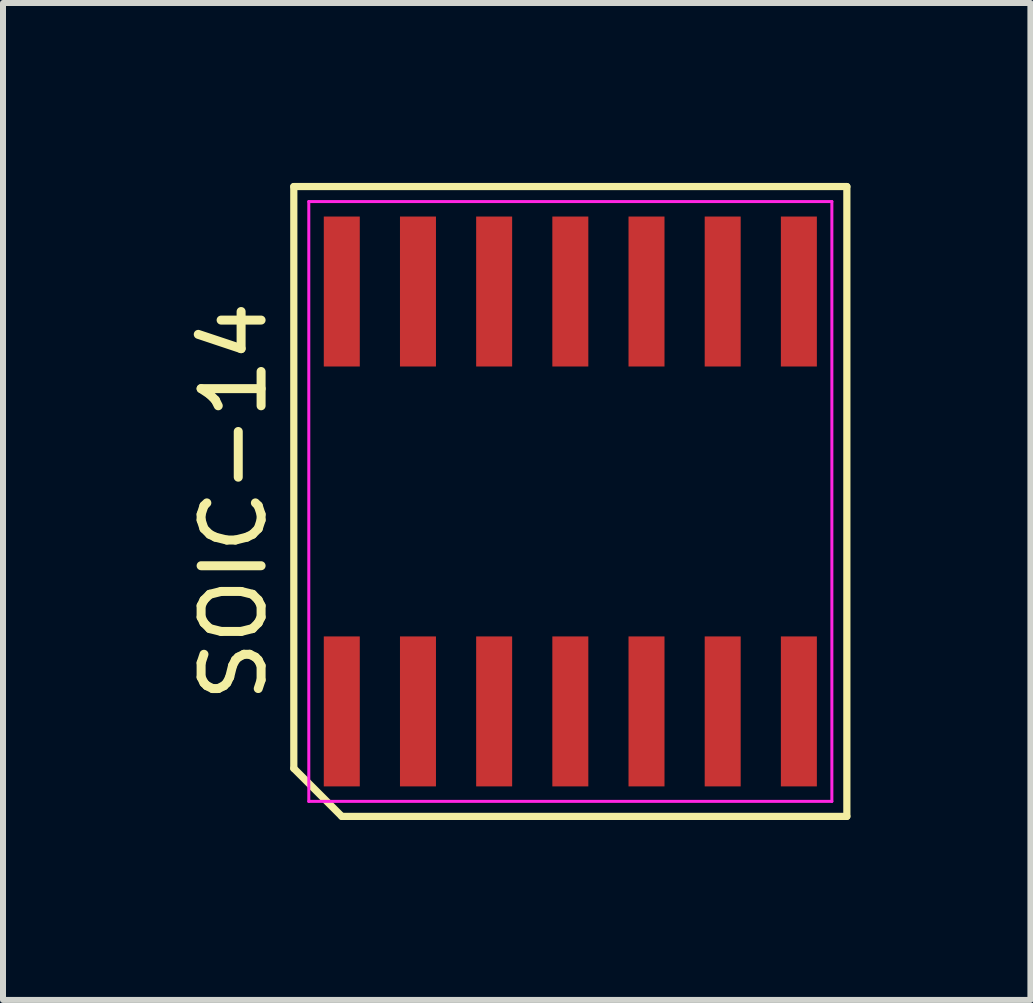
<source format=kicad_pcb>
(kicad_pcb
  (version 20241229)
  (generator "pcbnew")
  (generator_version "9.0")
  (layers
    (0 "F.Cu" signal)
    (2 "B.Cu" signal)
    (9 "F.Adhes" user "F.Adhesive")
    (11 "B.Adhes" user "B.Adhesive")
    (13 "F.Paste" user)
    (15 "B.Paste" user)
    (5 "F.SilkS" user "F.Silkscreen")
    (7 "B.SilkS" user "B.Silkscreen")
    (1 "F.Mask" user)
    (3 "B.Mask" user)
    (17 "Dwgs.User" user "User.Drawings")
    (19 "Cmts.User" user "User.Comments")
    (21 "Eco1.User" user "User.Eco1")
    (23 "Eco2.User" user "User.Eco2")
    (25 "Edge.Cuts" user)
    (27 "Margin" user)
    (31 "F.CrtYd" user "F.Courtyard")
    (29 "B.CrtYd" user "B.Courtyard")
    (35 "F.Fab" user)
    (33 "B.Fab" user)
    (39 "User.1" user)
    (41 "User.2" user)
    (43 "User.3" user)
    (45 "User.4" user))
  (footprint "SOIC-14"
    (layer "F.Cu")
    (at 6.458 5.31)
    (property "Reference" "SOIC-14" (at -5.61 0 90) (layer "F.SilkS") (effects (font (size 1 1) (thickness 0.15))))
    (attr smd)
    (fp_line (start -4.61 -5.25) (end 4.61 -5.25) (stroke (width 0.12) (type solid)) (layer "F.SilkS"))
    (fp_line (start -4.61 4.45) (end -4.61 -5.25) (stroke (width 0.12) (type solid)) (layer "F.SilkS"))
    (fp_line (start -3.81 5.25) (end -4.61 4.45) (stroke (width 0.12) (type solid)) (layer "F.SilkS"))
    (fp_line (start 4.61 -5.25) (end 4.61 5.25) (stroke (width 0.12) (type solid)) (layer "F.SilkS"))
    (fp_line (start 4.61 5.25) (end -3.81 5.25) (stroke (width 0.12) (type solid)) (layer "F.SilkS"))
    (fp_line (start -4.36 -5) (end 4.36 -5) (stroke (width 0.05) (type solid)) (layer "F.CrtYd"))
    (fp_line (start -4.36 5) (end -4.36 -5) (stroke (width 0.05) (type solid)) (layer "F.CrtYd"))
    (fp_line (start 4.36 -5) (end 4.36 5) (stroke (width 0.05) (type solid)) (layer "F.CrtYd"))
    (fp_line (start 4.36 5) (end -4.36 5) (stroke (width 0.05) (type solid)) (layer "F.CrtYd"))
    (pad "1" smd rect (at -3.81 3.5) (size 0.6 2.5) (layers "F.Cu" "F.Mask" "F.Paste"))
    (pad "2" smd rect (at -2.54 3.5) (size 0.6 2.5) (layers "F.Cu" "F.Mask" "F.Paste"))
    (pad "3" smd rect (at -1.27 3.5) (size 0.6 2.5) (layers "F.Cu" "F.Mask" "F.Paste"))
    (pad "4" smd rect (at 0 3.5) (size 0.6 2.5) (layers "F.Cu" "F.Mask" "F.Paste"))
    (pad "5" smd rect (at 1.27 3.5) (size 0.6 2.5) (layers "F.Cu" "F.Mask" "F.Paste"))
    (pad "6" smd rect (at 2.54 3.5) (size 0.6 2.5) (layers "F.Cu" "F.Mask" "F.Paste"))
    (pad "7" smd rect (at 3.81 3.5) (size 0.6 2.5) (layers "F.Cu" "F.Mask" "F.Paste"))
    (pad "8" smd rect (at 3.81 -3.5) (size 0.6 2.5) (layers "F.Cu" "F.Mask" "F.Paste"))
    (pad "9" smd rect (at 2.54 -3.5) (size 0.6 2.5) (layers "F.Cu" "F.Mask" "F.Paste"))
    (pad "10" smd rect (at 1.27 -3.5) (size 0.6 2.5) (layers "F.Cu" "F.Mask" "F.Paste"))
    (pad "11" smd rect (at 0 -3.5) (size 0.6 2.5) (layers "F.Cu" "F.Mask" "F.Paste"))
    (pad "12" smd rect (at -1.27 -3.5) (size 0.6 2.5) (layers "F.Cu" "F.Mask" "F.Paste"))
    (pad "13" smd rect (at -2.54 -3.5) (size 0.6 2.5) (layers "F.Cu" "F.Mask" "F.Paste"))
    (pad "14" smd rect (at -3.81 -3.5) (size 0.6 2.5) (layers "F.Cu" "F.Mask" "F.Paste")))
  (gr_rect
    (start -3 -3)
    (end 14.128 13.62)
    (stroke (width 0.1) (type default))
    (fill no)
    (layer "Edge.Cuts")))
</source>
